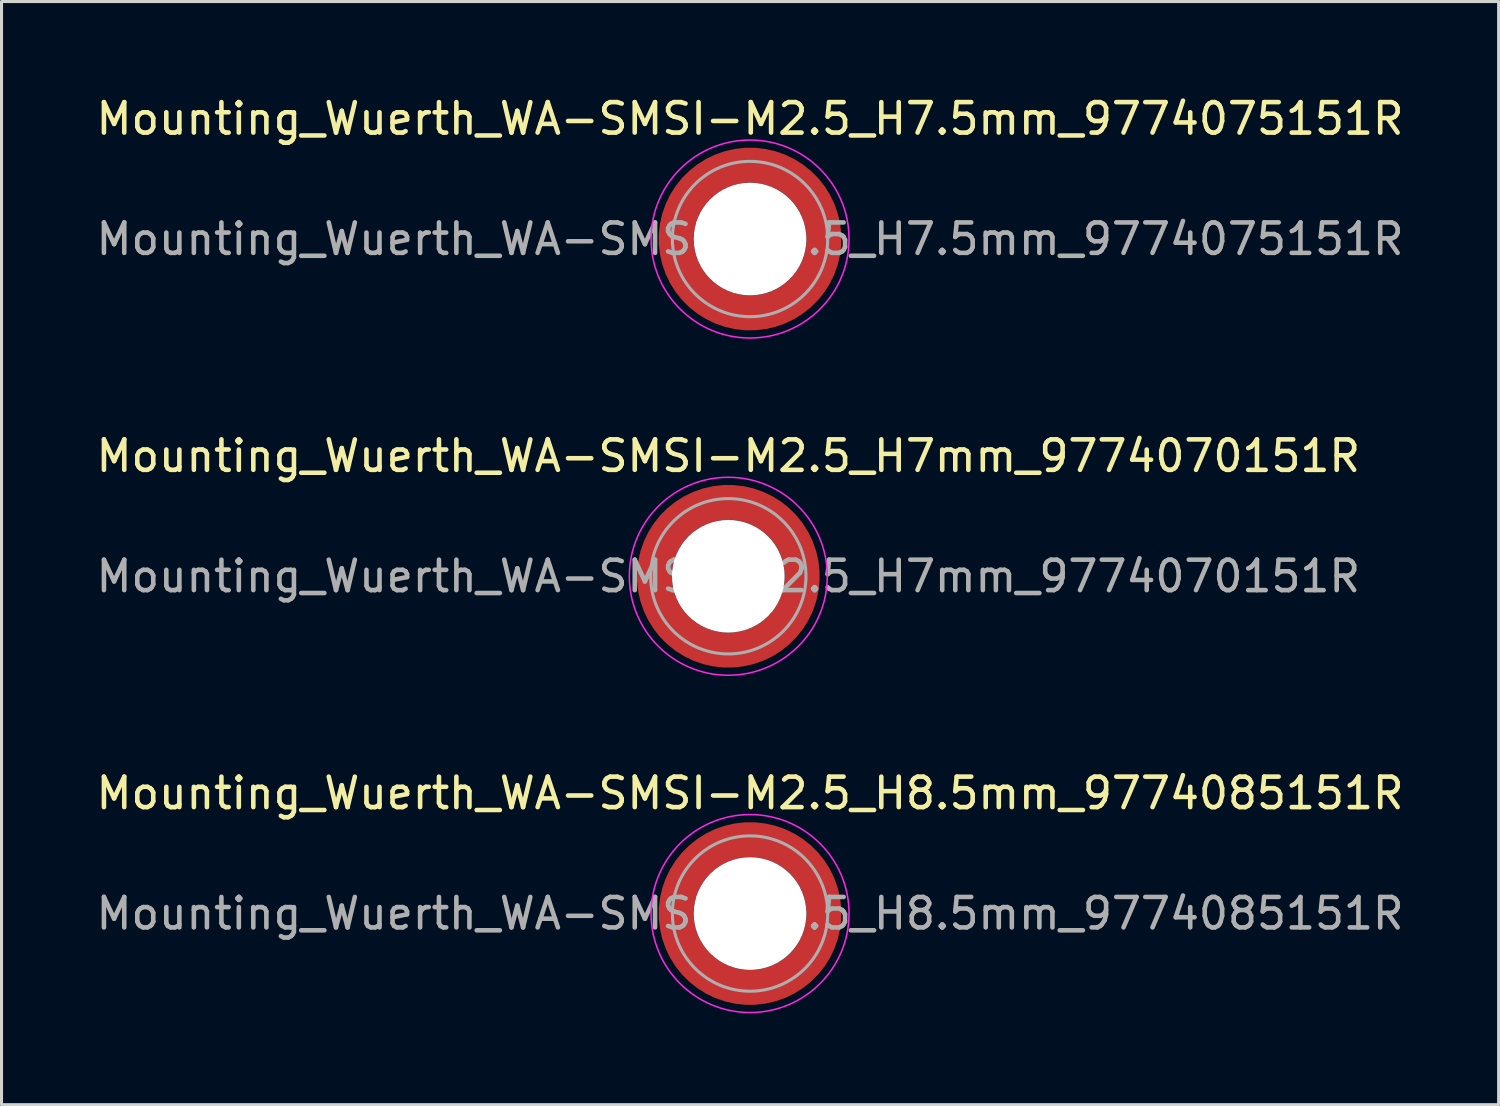
<source format=kicad_pcb>
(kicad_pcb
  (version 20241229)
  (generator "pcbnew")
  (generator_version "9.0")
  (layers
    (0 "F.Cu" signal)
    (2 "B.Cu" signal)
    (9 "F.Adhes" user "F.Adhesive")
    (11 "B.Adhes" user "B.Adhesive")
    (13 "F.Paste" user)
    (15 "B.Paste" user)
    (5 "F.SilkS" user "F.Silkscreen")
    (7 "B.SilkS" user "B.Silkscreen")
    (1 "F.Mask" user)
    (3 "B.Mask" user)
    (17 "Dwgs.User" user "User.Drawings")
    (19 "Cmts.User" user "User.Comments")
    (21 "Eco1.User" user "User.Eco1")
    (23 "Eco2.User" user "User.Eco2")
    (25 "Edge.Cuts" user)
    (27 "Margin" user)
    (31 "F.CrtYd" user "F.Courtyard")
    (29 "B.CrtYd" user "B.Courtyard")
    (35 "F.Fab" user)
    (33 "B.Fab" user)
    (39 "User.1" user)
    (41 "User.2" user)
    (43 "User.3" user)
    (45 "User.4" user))
  (footprint "Mounting_Wuerth_WA-SMSI-M2.5_H8.5mm_9774085151R"
    (layer "F.Cu")
    (at 21.577 26.945)
    (property "Reference" "Mounting_Wuerth_WA-SMSI-M2.5_H8.5mm_9774085151R" (at 0 -3.95 0) (layer "F.SilkS") (effects (font (size 1 1) (thickness 0.15))))
    (attr smd allow_soldermask_bridges)
    (fp_circle (center 0 0) (end 3.25 0) (stroke (width 0.05) (type solid)) (fill no) (layer "F.CrtYd"))
    (fp_circle (center 0 0) (end 2.55 0) (stroke (width 0.1) (type solid)) (fill no) (layer "F.Fab"))
    (fp_text user "${REFERENCE}" (at 0 0 0) (layer "F.Fab") (effects (font (size 1 1) (thickness 0.15))))
    (pad "" smd custom (at -1.704 -1.704) (size 0.51 0.51) (layers "F.Paste") (options (anchor circle)) (primitives (gr_arc (start -0.250195 1.279127) (mid 0.289914 0.289914) (end 1.279127 -0.250195) (width 0.2)) (gr_arc (start -0.34334 1.279127) (mid 0.225488 0.225488) (end 1.279127 -0.34334) (width 0.2)) (gr_arc (start -0.436309 1.279127) (mid 0.161063 0.161063) (end 1.279127 -0.436309) (width 0.2)) (gr_arc (start -0.529126 1.279127) (mid 0.096638 0.096638) (end 1.279127 -0.529126) (width 0.2)) (gr_arc (start -0.621807 1.279127) (mid 0.032213 0.032213) (end 1.279127 -0.621807) (width 0.2)) (gr_arc (start -0.71437 1.279127) (mid -0.032213 -0.032213) (end 1.279127 -0.71437) (width 0.2)) (gr_arc (start -0.806826 1.279127) (mid -0.096638 -0.096638) (end 1.279127 -0.806826) (width 0.2)) (gr_arc (start -0.899187 1.279127) (mid -0.161063 -0.161063) (end 1.279127 -0.899187) (width 0.2)) (gr_arc (start -0.991463 1.279127) (mid -0.225488 -0.225488) (end 1.279127 -0.991463) (width 0.2)) (gr_arc (start -1.083663 1.279127) (mid -0.289914 -0.289914) (end 1.279127 -1.083663) (width 0.2)) (gr_line (start 1.279 -0.25) (end 1.279 -1.084) (width 0.2)) (gr_line (start -0.25 1.279) (end -1.084 1.279) (width 0.2))))
    (pad "" smd custom (at -1.704 1.704) (size 0.51 0.51) (layers "F.Paste") (options (anchor circle)) (primitives (gr_arc (start 1.279127 0.250195) (mid 0.289914 -0.289914) (end -0.250195 -1.279127) (width 0.2)) (gr_arc (start 1.279127 0.34334) (mid 0.225488 -0.225488) (end -0.34334 -1.279127) (width 0.2)) (gr_arc (start 1.279127 0.436309) (mid 0.161063 -0.161063) (end -0.436309 -1.279127) (width 0.2)) (gr_arc (start 1.279127 0.529126) (mid 0.096638 -0.096638) (end -0.529126 -1.279127) (width 0.2)) (gr_arc (start 1.279127 0.621807) (mid 0.032213 -0.032213) (end -0.621807 -1.279127) (width 0.2)) (gr_arc (start 1.279127 0.71437) (mid -0.032213 0.032213) (end -0.71437 -1.279127) (width 0.2)) (gr_arc (start 1.279127 0.806826) (mid -0.096638 0.096638) (end -0.806826 -1.279127) (width 0.2)) (gr_arc (start 1.279127 0.899187) (mid -0.161063 0.161063) (end -0.899187 -1.279127) (width 0.2)) (gr_arc (start 1.279127 0.991463) (mid -0.225488 0.225488) (end -0.991463 -1.279127) (width 0.2)) (gr_arc (start 1.279127 1.083663) (mid -0.289914 0.289914) (end -1.083663 -1.279127) (width 0.2)) (gr_line (start -0.25 -1.279) (end -1.084 -1.279) (width 0.2)) (gr_line (start 1.279 0.25) (end 1.279 1.084) (width 0.2))))
    (pad "" np_thru_hole circle (at 0 0) (size 3.7 3.7) (drill 3.7) (layers "*.Cu" "*.Mask"))
    (pad "" smd custom (at 1.704 -1.704) (size 0.51 0.51) (layers "F.Paste") (options (anchor circle)) (primitives (gr_arc (start -1.279127 -0.250195) (mid -0.289914 0.289914) (end 0.250195 1.279127) (width 0.2)) (gr_arc (start -1.279127 -0.34334) (mid -0.225488 0.225488) (end 0.34334 1.279127) (width 0.2)) (gr_arc (start -1.279127 -0.436309) (mid -0.161063 0.161063) (end 0.436309 1.279127) (width 0.2)) (gr_arc (start -1.279127 -0.529126) (mid -0.096638 0.096638) (end 0.529126 1.279127) (width 0.2)) (gr_arc (start -1.279127 -0.621807) (mid -0.032213 0.032213) (end 0.621807 1.279127) (width 0.2)) (gr_arc (start -1.279127 -0.71437) (mid 0.032213 -0.032213) (end 0.71437 1.279127) (width 0.2)) (gr_arc (start -1.279127 -0.806826) (mid 0.096638 -0.096638) (end 0.806826 1.279127) (width 0.2)) (gr_arc (start -1.279127 -0.899187) (mid 0.161063 -0.161063) (end 0.899187 1.279127) (width 0.2)) (gr_arc (start -1.279127 -0.991463) (mid 0.225488 -0.225488) (end 0.991463 1.279127) (width 0.2)) (gr_arc (start -1.279127 -1.083663) (mid 0.289914 -0.289914) (end 1.083663 1.279127) (width 0.2)) (gr_line (start 0.25 1.279) (end 1.084 1.279) (width 0.2)) (gr_line (start -1.279 -0.25) (end -1.279 -1.084) (width 0.2))))
    (pad "" smd custom (at 1.704 1.704) (size 0.51 0.51) (layers "F.Paste") (options (anchor circle)) (primitives (gr_arc (start 0.250195 -1.279127) (mid -0.289914 -0.289914) (end -1.279127 0.250195) (width 0.2)) (gr_arc (start 0.34334 -1.279127) (mid -0.225488 -0.225488) (end -1.279127 0.34334) (width 0.2)) (gr_arc (start 0.436309 -1.279127) (mid -0.161063 -0.161063) (end -1.279127 0.436309) (width 0.2)) (gr_arc (start 0.529126 -1.279127) (mid -0.096638 -0.096638) (end -1.279127 0.529126) (width 0.2)) (gr_arc (start 0.621807 -1.279127) (mid -0.032213 -0.032213) (end -1.279127 0.621807) (width 0.2)) (gr_arc (start 0.71437 -1.279127) (mid 0.032213 0.032213) (end -1.279127 0.71437) (width 0.2)) (gr_arc (start 0.806826 -1.279127) (mid 0.096638 0.096638) (end -1.279127 0.806826) (width 0.2)) (gr_arc (start 0.899187 -1.279127) (mid 0.161063 0.161063) (end -1.279127 0.899187) (width 0.2)) (gr_arc (start 0.991463 -1.279127) (mid 0.225488 0.225488) (end -1.279127 0.991463) (width 0.2)) (gr_arc (start 1.083663 -1.279127) (mid 0.289914 0.289914) (end -1.279127 1.083663) (width 0.2)) (gr_line (start -1.279 0.25) (end -1.279 1.084) (width 0.2)) (gr_line (start 0.25 -1.279) (end 1.084 -1.279) (width 0.2))))
    (pad "1" smd circle (at -2.425 0) (size 0.642 0.642) (layers "F.Cu"))
    (pad "1" smd circle (at 0 -2.425) (size 0.642 0.642) (layers "F.Cu"))
    (pad "1" smd circle (at 0 2.425) (size 0.642 0.642) (layers "F.Cu"))
    (pad "1" smd custom (at 2.425 0) (size 1.15 1.15) (layers "F.Cu" "F.Mask") (options (anchor circle)) (primitives (gr_circle (center -2.425 0) (end 0 0) (width 1.15) (fill no)))))
  (footprint "Mounting_Wuerth_WA-SMSI-M2.5_H7mm_9774070151R"
    (layer "F.Cu")
    (at 20.863 15.871)
    (property "Reference" "Mounting_Wuerth_WA-SMSI-M2.5_H7mm_9774070151R" (at 0 -3.95 0) (layer "F.SilkS") (effects (font (size 1 1) (thickness 0.15))))
    (attr smd allow_soldermask_bridges)
    (fp_circle (center 0 0) (end 3.25 0) (stroke (width 0.05) (type solid)) (fill no) (layer "F.CrtYd"))
    (fp_circle (center 0 0) (end 2.55 0) (stroke (width 0.1) (type solid)) (fill no) (layer "F.Fab"))
    (fp_text user "${REFERENCE}" (at 0 0 0) (layer "F.Fab") (effects (font (size 1 1) (thickness 0.15))))
    (pad "" smd custom (at -1.704 -1.704) (size 0.51 0.51) (layers "F.Paste") (options (anchor circle)) (primitives (gr_arc (start -0.250195 1.279127) (mid 0.289914 0.289914) (end 1.279127 -0.250195) (width 0.2)) (gr_arc (start -0.34334 1.279127) (mid 0.225488 0.225488) (end 1.279127 -0.34334) (width 0.2)) (gr_arc (start -0.436309 1.279127) (mid 0.161063 0.161063) (end 1.279127 -0.436309) (width 0.2)) (gr_arc (start -0.529126 1.279127) (mid 0.096638 0.096638) (end 1.279127 -0.529126) (width 0.2)) (gr_arc (start -0.621807 1.279127) (mid 0.032213 0.032213) (end 1.279127 -0.621807) (width 0.2)) (gr_arc (start -0.71437 1.279127) (mid -0.032213 -0.032213) (end 1.279127 -0.71437) (width 0.2)) (gr_arc (start -0.806826 1.279127) (mid -0.096638 -0.096638) (end 1.279127 -0.806826) (width 0.2)) (gr_arc (start -0.899187 1.279127) (mid -0.161063 -0.161063) (end 1.279127 -0.899187) (width 0.2)) (gr_arc (start -0.991463 1.279127) (mid -0.225488 -0.225488) (end 1.279127 -0.991463) (width 0.2)) (gr_arc (start -1.083663 1.279127) (mid -0.289914 -0.289914) (end 1.279127 -1.083663) (width 0.2)) (gr_line (start 1.279 -0.25) (end 1.279 -1.084) (width 0.2)) (gr_line (start -0.25 1.279) (end -1.084 1.279) (width 0.2))))
    (pad "" smd custom (at -1.704 1.704) (size 0.51 0.51) (layers "F.Paste") (options (anchor circle)) (primitives (gr_arc (start 1.279127 0.250195) (mid 0.289914 -0.289914) (end -0.250195 -1.279127) (width 0.2)) (gr_arc (start 1.279127 0.34334) (mid 0.225488 -0.225488) (end -0.34334 -1.279127) (width 0.2)) (gr_arc (start 1.279127 0.436309) (mid 0.161063 -0.161063) (end -0.436309 -1.279127) (width 0.2)) (gr_arc (start 1.279127 0.529126) (mid 0.096638 -0.096638) (end -0.529126 -1.279127) (width 0.2)) (gr_arc (start 1.279127 0.621807) (mid 0.032213 -0.032213) (end -0.621807 -1.279127) (width 0.2)) (gr_arc (start 1.279127 0.71437) (mid -0.032213 0.032213) (end -0.71437 -1.279127) (width 0.2)) (gr_arc (start 1.279127 0.806826) (mid -0.096638 0.096638) (end -0.806826 -1.279127) (width 0.2)) (gr_arc (start 1.279127 0.899187) (mid -0.161063 0.161063) (end -0.899187 -1.279127) (width 0.2)) (gr_arc (start 1.279127 0.991463) (mid -0.225488 0.225488) (end -0.991463 -1.279127) (width 0.2)) (gr_arc (start 1.279127 1.083663) (mid -0.289914 0.289914) (end -1.083663 -1.279127) (width 0.2)) (gr_line (start -0.25 -1.279) (end -1.084 -1.279) (width 0.2)) (gr_line (start 1.279 0.25) (end 1.279 1.084) (width 0.2))))
    (pad "" np_thru_hole circle (at 0 0) (size 3.7 3.7) (drill 3.7) (layers "*.Cu" "*.Mask"))
    (pad "" smd custom (at 1.704 -1.704) (size 0.51 0.51) (layers "F.Paste") (options (anchor circle)) (primitives (gr_arc (start -1.279127 -0.250195) (mid -0.289914 0.289914) (end 0.250195 1.279127) (width 0.2)) (gr_arc (start -1.279127 -0.34334) (mid -0.225488 0.225488) (end 0.34334 1.279127) (width 0.2)) (gr_arc (start -1.279127 -0.436309) (mid -0.161063 0.161063) (end 0.436309 1.279127) (width 0.2)) (gr_arc (start -1.279127 -0.529126) (mid -0.096638 0.096638) (end 0.529126 1.279127) (width 0.2)) (gr_arc (start -1.279127 -0.621807) (mid -0.032213 0.032213) (end 0.621807 1.279127) (width 0.2)) (gr_arc (start -1.279127 -0.71437) (mid 0.032213 -0.032213) (end 0.71437 1.279127) (width 0.2)) (gr_arc (start -1.279127 -0.806826) (mid 0.096638 -0.096638) (end 0.806826 1.279127) (width 0.2)) (gr_arc (start -1.279127 -0.899187) (mid 0.161063 -0.161063) (end 0.899187 1.279127) (width 0.2)) (gr_arc (start -1.279127 -0.991463) (mid 0.225488 -0.225488) (end 0.991463 1.279127) (width 0.2)) (gr_arc (start -1.279127 -1.083663) (mid 0.289914 -0.289914) (end 1.083663 1.279127) (width 0.2)) (gr_line (start 0.25 1.279) (end 1.084 1.279) (width 0.2)) (gr_line (start -1.279 -0.25) (end -1.279 -1.084) (width 0.2))))
    (pad "" smd custom (at 1.704 1.704) (size 0.51 0.51) (layers "F.Paste") (options (anchor circle)) (primitives (gr_arc (start 0.250195 -1.279127) (mid -0.289914 -0.289914) (end -1.279127 0.250195) (width 0.2)) (gr_arc (start 0.34334 -1.279127) (mid -0.225488 -0.225488) (end -1.279127 0.34334) (width 0.2)) (gr_arc (start 0.436309 -1.279127) (mid -0.161063 -0.161063) (end -1.279127 0.436309) (width 0.2)) (gr_arc (start 0.529126 -1.279127) (mid -0.096638 -0.096638) (end -1.279127 0.529126) (width 0.2)) (gr_arc (start 0.621807 -1.279127) (mid -0.032213 -0.032213) (end -1.279127 0.621807) (width 0.2)) (gr_arc (start 0.71437 -1.279127) (mid 0.032213 0.032213) (end -1.279127 0.71437) (width 0.2)) (gr_arc (start 0.806826 -1.279127) (mid 0.096638 0.096638) (end -1.279127 0.806826) (width 0.2)) (gr_arc (start 0.899187 -1.279127) (mid 0.161063 0.161063) (end -1.279127 0.899187) (width 0.2)) (gr_arc (start 0.991463 -1.279127) (mid 0.225488 0.225488) (end -1.279127 0.991463) (width 0.2)) (gr_arc (start 1.083663 -1.279127) (mid 0.289914 0.289914) (end -1.279127 1.083663) (width 0.2)) (gr_line (start -1.279 0.25) (end -1.279 1.084) (width 0.2)) (gr_line (start 0.25 -1.279) (end 1.084 -1.279) (width 0.2))))
    (pad "1" smd circle (at -2.425 0) (size 0.642 0.642) (layers "F.Cu"))
    (pad "1" smd circle (at 0 -2.425) (size 0.642 0.642) (layers "F.Cu"))
    (pad "1" smd circle (at 0 2.425) (size 0.642 0.642) (layers "F.Cu"))
    (pad "1" smd custom (at 2.425 0) (size 1.15 1.15) (layers "F.Cu" "F.Mask") (options (anchor circle)) (primitives (gr_circle (center -2.425 0) (end 0 0) (width 1.15) (fill no)))))
  (footprint "Mounting_Wuerth_WA-SMSI-M2.5_H7.5mm_9774075151R"
    (layer "F.Cu")
    (at 21.577 4.798)
    (property "Reference" "Mounting_Wuerth_WA-SMSI-M2.5_H7.5mm_9774075151R" (at 0 -3.95 0) (layer "F.SilkS") (effects (font (size 1 1) (thickness 0.15))))
    (attr smd allow_soldermask_bridges)
    (fp_circle (center 0 0) (end 3.25 0) (stroke (width 0.05) (type solid)) (fill no) (layer "F.CrtYd"))
    (fp_circle (center 0 0) (end 2.55 0) (stroke (width 0.1) (type solid)) (fill no) (layer "F.Fab"))
    (fp_text user "${REFERENCE}" (at 0 0 0) (layer "F.Fab") (effects (font (size 1 1) (thickness 0.15))))
    (pad "" smd custom (at -1.704 -1.704) (size 0.51 0.51) (layers "F.Paste") (options (anchor circle)) (primitives (gr_arc (start -0.250195 1.279127) (mid 0.289914 0.289914) (end 1.279127 -0.250195) (width 0.2)) (gr_arc (start -0.34334 1.279127) (mid 0.225488 0.225488) (end 1.279127 -0.34334) (width 0.2)) (gr_arc (start -0.436309 1.279127) (mid 0.161063 0.161063) (end 1.279127 -0.436309) (width 0.2)) (gr_arc (start -0.529126 1.279127) (mid 0.096638 0.096638) (end 1.279127 -0.529126) (width 0.2)) (gr_arc (start -0.621807 1.279127) (mid 0.032213 0.032213) (end 1.279127 -0.621807) (width 0.2)) (gr_arc (start -0.71437 1.279127) (mid -0.032213 -0.032213) (end 1.279127 -0.71437) (width 0.2)) (gr_arc (start -0.806826 1.279127) (mid -0.096638 -0.096638) (end 1.279127 -0.806826) (width 0.2)) (gr_arc (start -0.899187 1.279127) (mid -0.161063 -0.161063) (end 1.279127 -0.899187) (width 0.2)) (gr_arc (start -0.991463 1.279127) (mid -0.225488 -0.225488) (end 1.279127 -0.991463) (width 0.2)) (gr_arc (start -1.083663 1.279127) (mid -0.289914 -0.289914) (end 1.279127 -1.083663) (width 0.2)) (gr_line (start 1.279 -0.25) (end 1.279 -1.084) (width 0.2)) (gr_line (start -0.25 1.279) (end -1.084 1.279) (width 0.2))))
    (pad "" smd custom (at -1.704 1.704) (size 0.51 0.51) (layers "F.Paste") (options (anchor circle)) (primitives (gr_arc (start 1.279127 0.250195) (mid 0.289914 -0.289914) (end -0.250195 -1.279127) (width 0.2)) (gr_arc (start 1.279127 0.34334) (mid 0.225488 -0.225488) (end -0.34334 -1.279127) (width 0.2)) (gr_arc (start 1.279127 0.436309) (mid 0.161063 -0.161063) (end -0.436309 -1.279127) (width 0.2)) (gr_arc (start 1.279127 0.529126) (mid 0.096638 -0.096638) (end -0.529126 -1.279127) (width 0.2)) (gr_arc (start 1.279127 0.621807) (mid 0.032213 -0.032213) (end -0.621807 -1.279127) (width 0.2)) (gr_arc (start 1.279127 0.71437) (mid -0.032213 0.032213) (end -0.71437 -1.279127) (width 0.2)) (gr_arc (start 1.279127 0.806826) (mid -0.096638 0.096638) (end -0.806826 -1.279127) (width 0.2)) (gr_arc (start 1.279127 0.899187) (mid -0.161063 0.161063) (end -0.899187 -1.279127) (width 0.2)) (gr_arc (start 1.279127 0.991463) (mid -0.225488 0.225488) (end -0.991463 -1.279127) (width 0.2)) (gr_arc (start 1.279127 1.083663) (mid -0.289914 0.289914) (end -1.083663 -1.279127) (width 0.2)) (gr_line (start -0.25 -1.279) (end -1.084 -1.279) (width 0.2)) (gr_line (start 1.279 0.25) (end 1.279 1.084) (width 0.2))))
    (pad "" np_thru_hole circle (at 0 0) (size 3.7 3.7) (drill 3.7) (layers "*.Cu" "*.Mask"))
    (pad "" smd custom (at 1.704 -1.704) (size 0.51 0.51) (layers "F.Paste") (options (anchor circle)) (primitives (gr_arc (start -1.279127 -0.250195) (mid -0.289914 0.289914) (end 0.250195 1.279127) (width 0.2)) (gr_arc (start -1.279127 -0.34334) (mid -0.225488 0.225488) (end 0.34334 1.279127) (width 0.2)) (gr_arc (start -1.279127 -0.436309) (mid -0.161063 0.161063) (end 0.436309 1.279127) (width 0.2)) (gr_arc (start -1.279127 -0.529126) (mid -0.096638 0.096638) (end 0.529126 1.279127) (width 0.2)) (gr_arc (start -1.279127 -0.621807) (mid -0.032213 0.032213) (end 0.621807 1.279127) (width 0.2)) (gr_arc (start -1.279127 -0.71437) (mid 0.032213 -0.032213) (end 0.71437 1.279127) (width 0.2)) (gr_arc (start -1.279127 -0.806826) (mid 0.096638 -0.096638) (end 0.806826 1.279127) (width 0.2)) (gr_arc (start -1.279127 -0.899187) (mid 0.161063 -0.161063) (end 0.899187 1.279127) (width 0.2)) (gr_arc (start -1.279127 -0.991463) (mid 0.225488 -0.225488) (end 0.991463 1.279127) (width 0.2)) (gr_arc (start -1.279127 -1.083663) (mid 0.289914 -0.289914) (end 1.083663 1.279127) (width 0.2)) (gr_line (start 0.25 1.279) (end 1.084 1.279) (width 0.2)) (gr_line (start -1.279 -0.25) (end -1.279 -1.084) (width 0.2))))
    (pad "" smd custom (at 1.704 1.704) (size 0.51 0.51) (layers "F.Paste") (options (anchor circle)) (primitives (gr_arc (start 0.250195 -1.279127) (mid -0.289914 -0.289914) (end -1.279127 0.250195) (width 0.2)) (gr_arc (start 0.34334 -1.279127) (mid -0.225488 -0.225488) (end -1.279127 0.34334) (width 0.2)) (gr_arc (start 0.436309 -1.279127) (mid -0.161063 -0.161063) (end -1.279127 0.436309) (width 0.2)) (gr_arc (start 0.529126 -1.279127) (mid -0.096638 -0.096638) (end -1.279127 0.529126) (width 0.2)) (gr_arc (start 0.621807 -1.279127) (mid -0.032213 -0.032213) (end -1.279127 0.621807) (width 0.2)) (gr_arc (start 0.71437 -1.279127) (mid 0.032213 0.032213) (end -1.279127 0.71437) (width 0.2)) (gr_arc (start 0.806826 -1.279127) (mid 0.096638 0.096638) (end -1.279127 0.806826) (width 0.2)) (gr_arc (start 0.899187 -1.279127) (mid 0.161063 0.161063) (end -1.279127 0.899187) (width 0.2)) (gr_arc (start 0.991463 -1.279127) (mid 0.225488 0.225488) (end -1.279127 0.991463) (width 0.2)) (gr_arc (start 1.083663 -1.279127) (mid 0.289914 0.289914) (end -1.279127 1.083663) (width 0.2)) (gr_line (start -1.279 0.25) (end -1.279 1.084) (width 0.2)) (gr_line (start 0.25 -1.279) (end 1.084 -1.279) (width 0.2))))
    (pad "1" smd circle (at -2.425 0) (size 0.642 0.642) (layers "F.Cu"))
    (pad "1" smd circle (at 0 -2.425) (size 0.642 0.642) (layers "F.Cu"))
    (pad "1" smd circle (at 0 2.425) (size 0.642 0.642) (layers "F.Cu"))
    (pad "1" smd custom (at 2.425 0) (size 1.15 1.15) (layers "F.Cu" "F.Mask") (options (anchor circle)) (primitives (gr_circle (center -2.425 0) (end 0 0) (width 1.15) (fill no)))))
  (gr_rect
    (start -3 -3)
    (end 46.155 33.22)
    (stroke (width 0.1) (type default))
    (fill no)
    (layer "Edge.Cuts")))
</source>
